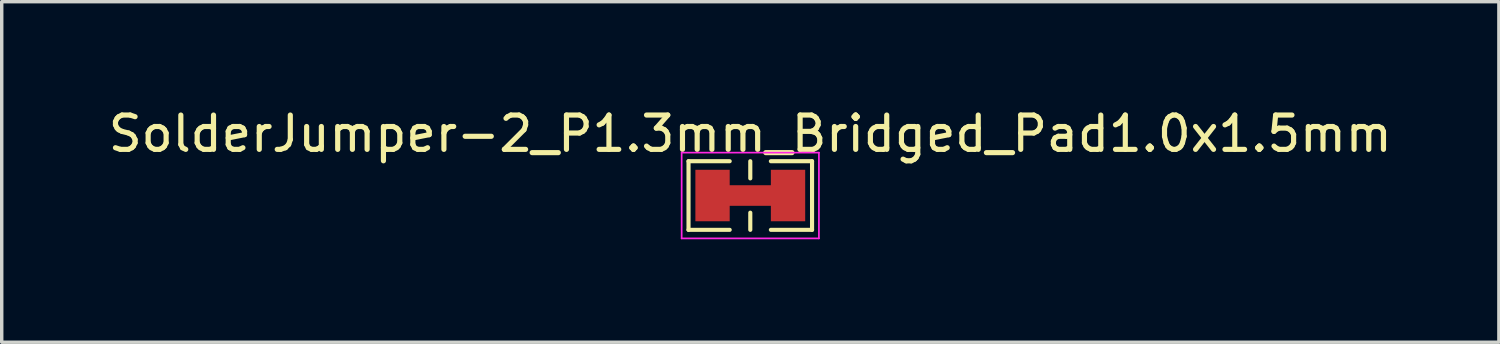
<source format=kicad_pcb>
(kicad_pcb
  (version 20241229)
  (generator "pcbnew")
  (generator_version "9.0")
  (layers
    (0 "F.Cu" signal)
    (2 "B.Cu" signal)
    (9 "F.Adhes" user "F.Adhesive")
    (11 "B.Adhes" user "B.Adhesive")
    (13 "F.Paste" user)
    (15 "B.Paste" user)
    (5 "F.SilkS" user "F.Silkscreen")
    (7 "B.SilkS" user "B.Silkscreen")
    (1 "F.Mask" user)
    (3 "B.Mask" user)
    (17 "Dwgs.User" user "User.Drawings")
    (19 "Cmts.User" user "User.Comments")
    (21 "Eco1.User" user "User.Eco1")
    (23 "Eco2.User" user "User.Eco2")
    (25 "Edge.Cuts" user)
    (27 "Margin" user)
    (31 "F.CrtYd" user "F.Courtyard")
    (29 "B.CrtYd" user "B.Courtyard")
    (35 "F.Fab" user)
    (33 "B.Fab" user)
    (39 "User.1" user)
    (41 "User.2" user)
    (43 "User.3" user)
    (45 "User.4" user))
  (footprint "SolderJumper-2_P1.3mm_Bridged_Pad1.0x1.5mm"
    (layer "F.Cu")
    (at 18.815 2.648)
    (property "Reference" "SolderJumper-2_P1.3mm_Bridged_Pad1.0x1.5mm" (at 0 -1.8 180) (layer "F.SilkS") (effects (font (size 1 1) (thickness 0.15))))
    (attr exclude_from_pos_files exclude_from_bom)
    (fp_poly (pts (xy -0.7 -0.3) (xy 0.7 -0.3) (xy 0.7 0.3) (xy -0.7 0.3)) (stroke (width 0) (type solid)) (fill yes) (layer "F.Cu"))
    (fp_line (start -1.8 -1) (end -0.6 -1) (stroke (width 0.12) (type solid)) (layer "F.SilkS"))
    (fp_line (start -1.8 1) (end -1.8 -1) (stroke (width 0.12) (type solid)) (layer "F.SilkS"))
    (fp_line (start -1.8 1) (end -0.6 1) (stroke (width 0.12) (type solid)) (layer "F.SilkS"))
    (fp_line (start 0 -0.5) (end 0 -1) (stroke (width 0.12) (type solid)) (layer "F.SilkS"))
    (fp_line (start 0 1) (end 0 0.5) (stroke (width 0.12) (type solid)) (layer "F.SilkS"))
    (fp_line (start 0.6 -1) (end 1.8 -1) (stroke (width 0.12) (type solid)) (layer "F.SilkS"))
    (fp_line (start 1.8 -1) (end 1.8 1) (stroke (width 0.12) (type solid)) (layer "F.SilkS"))
    (fp_line (start 1.8 1) (end 0.6 1) (stroke (width 0.12) (type solid)) (layer "F.SilkS"))
    (fp_line (start -2 -1.25) (end -2 1.25) (stroke (width 0.05) (type solid)) (layer "F.CrtYd"))
    (fp_line (start -2 -1.25) (end 2 -1.25) (stroke (width 0.05) (type solid)) (layer "F.CrtYd"))
    (fp_line (start 2 1.25) (end -2 1.25) (stroke (width 0.05) (type solid)) (layer "F.CrtYd"))
    (fp_line (start 2 1.25) (end 2 -1.25) (stroke (width 0.05) (type solid)) (layer "F.CrtYd"))
    (pad "1" smd rect (at -1.1 0) (size 1 1.5) (layers "F.Cu" "F.Mask"))
    (pad "2" smd rect (at 1.1 0) (size 1 1.5) (layers "F.Cu" "F.Mask")))
  (gr_rect
    (start -3 -3)
    (end 40.631 6.923)
    (stroke (width 0.1) (type default))
    (fill no)
    (layer "Edge.Cuts")))
</source>
